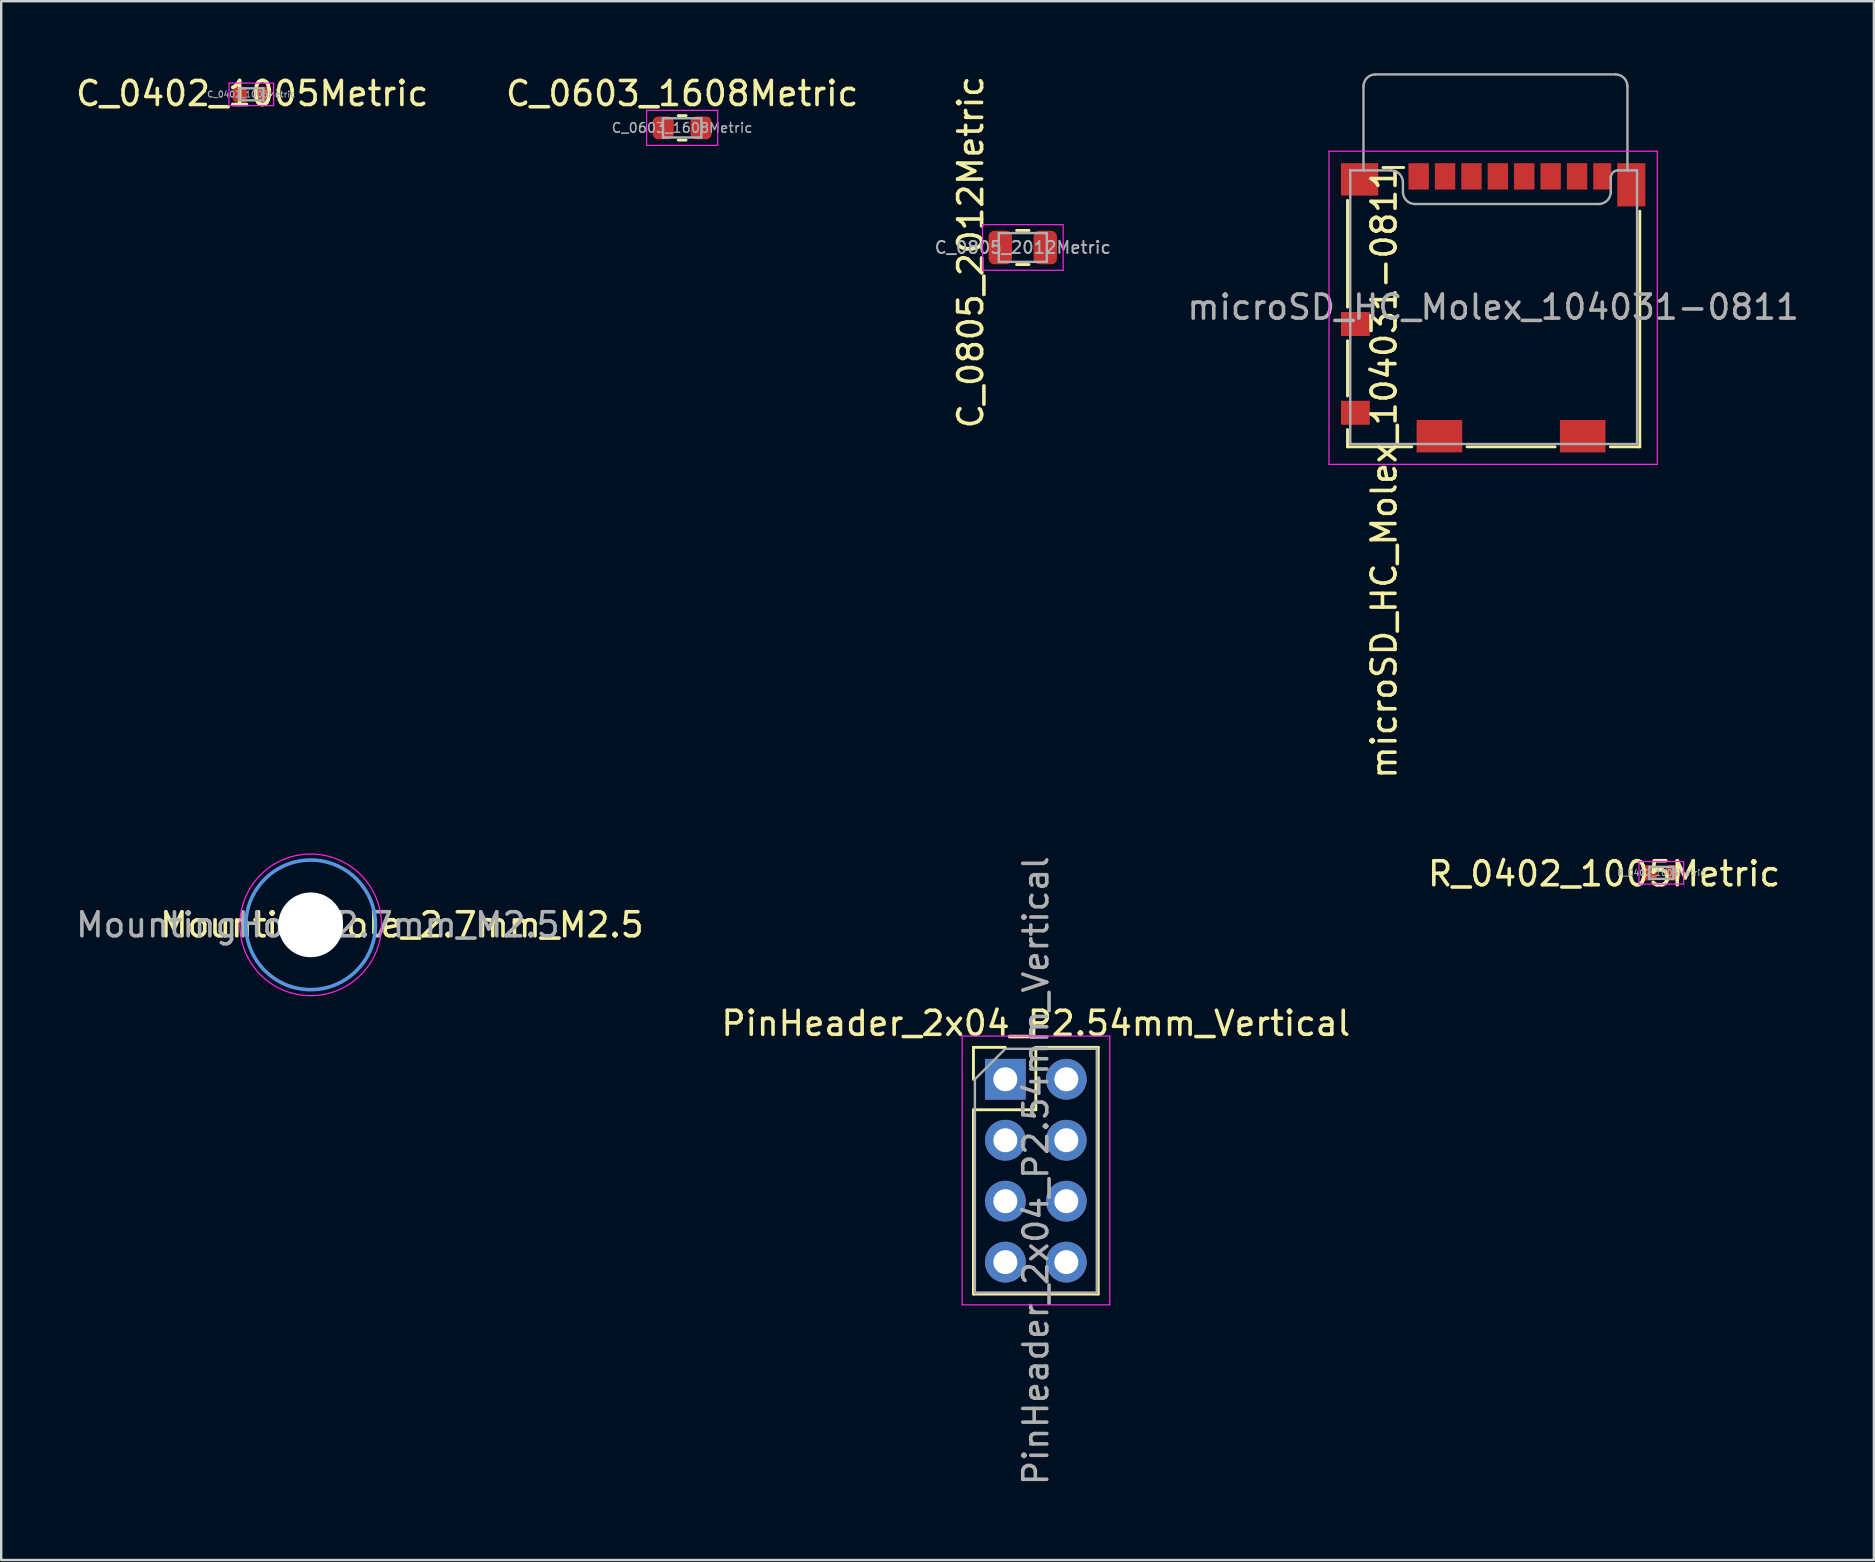
<source format=kicad_pcb>
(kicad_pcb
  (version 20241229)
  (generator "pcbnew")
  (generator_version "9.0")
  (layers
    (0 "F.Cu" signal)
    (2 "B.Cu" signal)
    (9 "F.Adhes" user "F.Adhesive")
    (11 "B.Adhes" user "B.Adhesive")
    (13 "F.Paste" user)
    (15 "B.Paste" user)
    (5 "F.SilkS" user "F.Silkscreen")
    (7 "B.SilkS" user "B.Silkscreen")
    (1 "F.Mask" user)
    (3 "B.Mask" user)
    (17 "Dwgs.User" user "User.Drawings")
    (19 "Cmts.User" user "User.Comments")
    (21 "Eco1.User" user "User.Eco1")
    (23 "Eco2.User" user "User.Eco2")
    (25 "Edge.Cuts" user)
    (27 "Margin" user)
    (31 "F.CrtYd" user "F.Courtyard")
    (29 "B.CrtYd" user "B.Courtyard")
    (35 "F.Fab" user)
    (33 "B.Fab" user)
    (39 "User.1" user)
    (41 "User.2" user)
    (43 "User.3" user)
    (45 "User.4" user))
  (footprint "MountingHole_2.7mm_M2.5"
    (layer "F.Cu")
    (at 9.896 35.488)
    (property "Reference" "MountingHole_2.7mm_M2.5" (at 3.8 0 0) (layer "F.SilkS") (effects (font (size 1 1) (thickness 0.15))))
    (attr exclude_from_pos_files exclude_from_bom)
    (fp_circle (center 0 0) (end 2.7 0) (stroke (width 0.15) (type solid)) (fill no) (layer "Cmts.User"))
    (fp_circle (center 0 0) (end 2.95 0) (stroke (width 0.05) (type solid)) (fill no) (layer "F.CrtYd"))
    (fp_text user "${REFERENCE}" (at 0.3 0 0) (layer "F.Fab") (effects (font (size 1 1) (thickness 0.15))))
    (pad "" np_thru_hole circle (at 0 0) (size 2.7 2.7) (drill 2.7) (layers "*.Cu" "*.Mask")))
  (footprint "C_0402_1005Metric"
    (layer "F.Cu")
    (at 7.423 0.881)
    (property "Reference" "C_0402_1005Metric" (at 0.035 -0.033 180) (layer "F.SilkS") (effects (font (size 1 1) (thickness 0.15))))
    (attr smd)
    (fp_line (start -0.93 -0.47) (end 0.93 -0.47) (stroke (width 0.05) (type solid)) (layer "F.CrtYd"))
    (fp_line (start -0.93 0.47) (end -0.93 -0.47) (stroke (width 0.05) (type solid)) (layer "F.CrtYd"))
    (fp_line (start 0.93 -0.47) (end 0.93 0.47) (stroke (width 0.05) (type solid)) (layer "F.CrtYd"))
    (fp_line (start 0.93 0.47) (end -0.93 0.47) (stroke (width 0.05) (type solid)) (layer "F.CrtYd"))
    (fp_line (start -0.5 -0.25) (end 0.5 -0.25) (stroke (width 0.1) (type solid)) (layer "F.Fab"))
    (fp_line (start -0.5 0.25) (end -0.5 -0.25) (stroke (width 0.1) (type solid)) (layer "F.Fab"))
    (fp_line (start 0.5 -0.25) (end 0.5 0.25) (stroke (width 0.1) (type solid)) (layer "F.Fab"))
    (fp_line (start 0.5 0.25) (end -0.5 0.25) (stroke (width 0.1) (type solid)) (layer "F.Fab"))
    (fp_text user "${REFERENCE}" (at 0 0 180) (layer "F.Fab") (effects (font (size 0.25 0.25) (thickness 0.04))))
    (pad "1" smd roundrect (at -0.485 0) (size 0.59 0.64) (layers "F.Cu" "F.Mask" "F.Paste") (roundrect_rratio 0.25))
    (pad "2" smd roundrect (at 0.485 0) (size 0.59 0.64) (layers "F.Cu" "F.Mask" "F.Paste") (roundrect_rratio 0.25)))
  (footprint "C_0603_1608Metric"
    (layer "F.Cu")
    (at 25.375 2.278)
    (property "Reference" "C_0603_1608Metric" (at 0 -1.43 0) (layer "F.SilkS") (effects (font (size 1 1) (thickness 0.15))))
    (attr smd)
    (fp_line (start -0.163 -0.51) (end 0.163 -0.51) (stroke (width 0.12) (type solid)) (layer "F.SilkS"))
    (fp_line (start -0.163 0.51) (end 0.163 0.51) (stroke (width 0.12) (type solid)) (layer "F.SilkS"))
    (fp_line (start -1.48 -0.73) (end 1.48 -0.73) (stroke (width 0.05) (type solid)) (layer "F.CrtYd"))
    (fp_line (start -1.48 0.73) (end -1.48 -0.73) (stroke (width 0.05) (type solid)) (layer "F.CrtYd"))
    (fp_line (start 1.48 -0.73) (end 1.48 0.73) (stroke (width 0.05) (type solid)) (layer "F.CrtYd"))
    (fp_line (start 1.48 0.73) (end -1.48 0.73) (stroke (width 0.05) (type solid)) (layer "F.CrtYd"))
    (fp_line (start -0.8 -0.4) (end 0.8 -0.4) (stroke (width 0.1) (type solid)) (layer "F.Fab"))
    (fp_line (start -0.8 0.4) (end -0.8 -0.4) (stroke (width 0.1) (type solid)) (layer "F.Fab"))
    (fp_line (start 0.8 -0.4) (end 0.8 0.4) (stroke (width 0.1) (type solid)) (layer "F.Fab"))
    (fp_line (start 0.8 0.4) (end -0.8 0.4) (stroke (width 0.1) (type solid)) (layer "F.Fab"))
    (fp_text user "${REFERENCE}" (at 0 0 0) (layer "F.Fab") (effects (font (size 0.4 0.4) (thickness 0.06))))
    (pad "1" smd roundrect (at -0.787 0) (size 0.875 0.95) (layers "F.Cu" "F.Mask" "F.Paste") (roundrect_rratio 0.25))
    (pad "2" smd roundrect (at 0.787 0) (size 0.875 0.95) (layers "F.Cu" "F.Mask" "F.Paste") (roundrect_rratio 0.25)))
  (footprint "PinHeader_2x04_P2.54mm_Vertical"
    (layer "F.Cu")
    (at 38.843 41.923)
    (property "Reference" "PinHeader_2x04_P2.54mm_Vertical" (at 1.27 -2.33 0) (layer "F.SilkS") (effects (font (size 1 1) (thickness 0.15))))
    (attr through_hole)
    (fp_line (start -1.33 -1.33) (end 0 -1.33) (stroke (width 0.12) (type solid)) (layer "F.SilkS"))
    (fp_line (start -1.33 0) (end -1.33 -1.33) (stroke (width 0.12) (type solid)) (layer "F.SilkS"))
    (fp_line (start -1.33 1.27) (end -1.33 8.95) (stroke (width 0.12) (type solid)) (layer "F.SilkS"))
    (fp_line (start -1.33 1.27) (end 1.27 1.27) (stroke (width 0.12) (type solid)) (layer "F.SilkS"))
    (fp_line (start -1.33 8.95) (end 3.87 8.95) (stroke (width 0.12) (type solid)) (layer "F.SilkS"))
    (fp_line (start 1.27 -1.33) (end 3.87 -1.33) (stroke (width 0.12) (type solid)) (layer "F.SilkS"))
    (fp_line (start 1.27 1.27) (end 1.27 -1.33) (stroke (width 0.12) (type solid)) (layer "F.SilkS"))
    (fp_line (start 3.87 -1.33) (end 3.87 8.95) (stroke (width 0.12) (type solid)) (layer "F.SilkS"))
    (fp_line (start -1.8 -1.8) (end -1.8 9.4) (stroke (width 0.05) (type solid)) (layer "F.CrtYd"))
    (fp_line (start -1.8 9.4) (end 4.35 9.4) (stroke (width 0.05) (type solid)) (layer "F.CrtYd"))
    (fp_line (start 4.35 -1.8) (end -1.8 -1.8) (stroke (width 0.05) (type solid)) (layer "F.CrtYd"))
    (fp_line (start 4.35 9.4) (end 4.35 -1.8) (stroke (width 0.05) (type solid)) (layer "F.CrtYd"))
    (fp_line (start -1.27 0) (end 0 -1.27) (stroke (width 0.1) (type solid)) (layer "F.Fab"))
    (fp_line (start -1.27 8.89) (end -1.27 0) (stroke (width 0.1) (type solid)) (layer "F.Fab"))
    (fp_line (start 0 -1.27) (end 3.81 -1.27) (stroke (width 0.1) (type solid)) (layer "F.Fab"))
    (fp_line (start 3.81 -1.27) (end 3.81 8.89) (stroke (width 0.1) (type solid)) (layer "F.Fab"))
    (fp_line (start 3.81 8.89) (end -1.27 8.89) (stroke (width 0.1) (type solid)) (layer "F.Fab"))
    (fp_text user "${REFERENCE}" (at 1.27 3.81 90) (layer "F.Fab") (effects (font (size 1 1) (thickness 0.15))))
    (pad "1" thru_hole rect (at 0 0) (size 1.7 1.7) (drill 1) (layers "*.Cu" "*.Mask"))
    (pad "2" thru_hole oval (at 2.54 0) (size 1.7 1.7) (drill 1) (layers "*.Cu" "*.Mask"))
    (pad "3" thru_hole oval (at 0 2.54) (size 1.7 1.7) (drill 1) (layers "*.Cu" "*.Mask"))
    (pad "4" thru_hole oval (at 2.54 2.54) (size 1.7 1.7) (drill 1) (layers "*.Cu" "*.Mask"))
    (pad "5" thru_hole oval (at 0 5.08) (size 1.7 1.7) (drill 1) (layers "*.Cu" "*.Mask"))
    (pad "6" thru_hole oval (at 2.54 5.08) (size 1.7 1.7) (drill 1) (layers "*.Cu" "*.Mask"))
    (pad "7" thru_hole oval (at 0 7.62) (size 1.7 1.7) (drill 1) (layers "*.Cu" "*.Mask"))
    (pad "8" thru_hole oval (at 2.54 7.62) (size 1.7 1.7) (drill 1) (layers "*.Cu" "*.Mask")))
  (footprint "C_0805_2012Metric"
    (layer "F.Cu")
    (at 39.57 7.263)
    (property "Reference" "C_0805_2012Metric" (at -2.172 0.195 270) (layer "F.SilkS") (effects (font (size 1 1) (thickness 0.15))))
    (attr smd)
    (fp_line (start -0.259 -0.71) (end 0.259 -0.71) (stroke (width 0.12) (type solid)) (layer "F.SilkS"))
    (fp_line (start -0.259 0.71) (end 0.259 0.71) (stroke (width 0.12) (type solid)) (layer "F.SilkS"))
    (fp_line (start -1.68 -0.95) (end 1.68 -0.95) (stroke (width 0.05) (type solid)) (layer "F.CrtYd"))
    (fp_line (start -1.68 0.95) (end -1.68 -0.95) (stroke (width 0.05) (type solid)) (layer "F.CrtYd"))
    (fp_line (start 1.68 -0.95) (end 1.68 0.95) (stroke (width 0.05) (type solid)) (layer "F.CrtYd"))
    (fp_line (start 1.68 0.95) (end -1.68 0.95) (stroke (width 0.05) (type solid)) (layer "F.CrtYd"))
    (fp_line (start -1 -0.6) (end 1 -0.6) (stroke (width 0.1) (type solid)) (layer "F.Fab"))
    (fp_line (start -1 0.6) (end -1 -0.6) (stroke (width 0.1) (type solid)) (layer "F.Fab"))
    (fp_line (start 1 -0.6) (end 1 0.6) (stroke (width 0.1) (type solid)) (layer "F.Fab"))
    (fp_line (start 1 0.6) (end -1 0.6) (stroke (width 0.1) (type solid)) (layer "F.Fab"))
    (fp_text user "${REFERENCE}" (at 0 0 180) (layer "F.Fab") (effects (font (size 0.5 0.5) (thickness 0.08))))
    (pad "1" smd roundrect (at -0.938 0) (size 0.975 1.4) (layers "F.Cu" "F.Mask" "F.Paste") (roundrect_rratio 0.25))
    (pad "2" smd roundrect (at 0.938 0) (size 0.975 1.4) (layers "F.Cu" "F.Mask" "F.Paste") (roundrect_rratio 0.25)))
  (footprint "R_0402_1005Metric"
    (layer "F.Cu")
    (at 66.177 33.321)
    (property "Reference" "R_0402_1005Metric" (at -2.385 0.04 0) (layer "F.SilkS") (effects (font (size 1 1) (thickness 0.15))))
    (attr smd)
    (fp_line (start -0.93 -0.47) (end 0.93 -0.47) (stroke (width 0.05) (type solid)) (layer "F.CrtYd"))
    (fp_line (start -0.93 0.47) (end -0.93 -0.47) (stroke (width 0.05) (type solid)) (layer "F.CrtYd"))
    (fp_line (start 0.93 -0.47) (end 0.93 0.47) (stroke (width 0.05) (type solid)) (layer "F.CrtYd"))
    (fp_line (start 0.93 0.47) (end -0.93 0.47) (stroke (width 0.05) (type solid)) (layer "F.CrtYd"))
    (fp_line (start -0.5 -0.25) (end 0.5 -0.25) (stroke (width 0.1) (type solid)) (layer "F.Fab"))
    (fp_line (start -0.5 0.25) (end -0.5 -0.25) (stroke (width 0.1) (type solid)) (layer "F.Fab"))
    (fp_line (start 0.5 -0.25) (end 0.5 0.25) (stroke (width 0.1) (type solid)) (layer "F.Fab"))
    (fp_line (start 0.5 0.25) (end -0.5 0.25) (stroke (width 0.1) (type solid)) (layer "F.Fab"))
    (fp_text user "${REFERENCE}" (at 0 0 0) (layer "F.Fab") (effects (font (size 0.25 0.25) (thickness 0.04))))
    (pad "1" smd roundrect (at -0.485 0) (size 0.59 0.64) (layers "F.Cu" "F.Mask" "F.Paste") (roundrect_rratio 0.25))
    (pad "2" smd roundrect (at 0.485 0) (size 0.59 0.64) (layers "F.Cu" "F.Mask" "F.Paste") (roundrect_rratio 0.25)))
  (footprint "microSD_HC_Molex_104031-0811"
    (layer "F.Cu")
    (at 59.17 9.75)
    (property "Reference" "microSD_HC_Molex_104031-0811" (at -4.545 6.9 270) (layer "F.SilkS") (effects (font (size 1 1) (thickness 0.15))))
    (attr smd)
    (fp_line (start -6.07 -4.45) (end -6.07 0) (stroke (width 0.12) (type solid)) (layer "F.SilkS"))
    (fp_line (start -6.07 1.4) (end -6.07 3.7) (stroke (width 0.12) (type solid)) (layer "F.SilkS"))
    (fp_line (start -6.07 5.1) (end -6.07 5.82) (stroke (width 0.12) (type solid)) (layer "F.SilkS"))
    (fp_line (start -6.07 5.82) (end -3.39 5.82) (stroke (width 0.12) (type solid)) (layer "F.SilkS"))
    (fp_line (start -4.59 -5.82) (end -3.73 -5.82) (stroke (width 0.12) (type solid)) (layer "F.SilkS"))
    (fp_line (start -1.09 5.82) (end 2.58 5.82) (stroke (width 0.12) (type solid)) (layer "F.SilkS"))
    (fp_line (start 4.88 5.82) (end 6.11 5.82) (stroke (width 0.12) (type solid)) (layer "F.SilkS"))
    (fp_line (start 6.11 5.82) (end 6.11 -4) (stroke (width 0.12) (type solid)) (layer "F.SilkS"))
    (fp_line (start -6.84 -6.5) (end 6.84 -6.5) (stroke (width 0.05) (type solid)) (layer "F.CrtYd"))
    (fp_line (start -6.84 6.55) (end -6.84 -6.5) (stroke (width 0.05) (type solid)) (layer "F.CrtYd"))
    (fp_line (start 6.84 -6.5) (end 6.84 6.55) (stroke (width 0.05) (type solid)) (layer "F.CrtYd"))
    (fp_line (start 6.84 6.55) (end -6.84 6.55) (stroke (width 0.05) (type solid)) (layer "F.CrtYd"))
    (fp_line (start -5.955 -5.7) (end -5.955 5.7) (stroke (width 0.1) (type solid)) (layer "F.Fab"))
    (fp_line (start -5.955 -5.7) (end -4.26 -5.7) (stroke (width 0.1) (type solid)) (layer "F.Fab"))
    (fp_line (start -5.405 -9.2) (end -5.405 -5.7) (stroke (width 0.1) (type solid)) (layer "F.Fab"))
    (fp_line (start -4.905 -9.7) (end 5.095 -9.7) (stroke (width 0.1) (type solid)) (layer "F.Fab"))
    (fp_line (start -3.76 -4.8) (end -3.76 -5.2) (stroke (width 0.1) (type solid)) (layer "F.Fab"))
    (fp_line (start 4.4 -4.3) (end -3.26 -4.3) (stroke (width 0.1) (type solid)) (layer "F.Fab"))
    (fp_line (start 4.9 -5.4) (end 4.9 -4.8) (stroke (width 0.1) (type solid)) (layer "F.Fab"))
    (fp_line (start 5.595 -5.7) (end 5.595 -9.2) (stroke (width 0.1) (type solid)) (layer "F.Fab"))
    (fp_line (start 5.995 -5.7) (end 5.21 -5.7) (stroke (width 0.1) (type solid)) (layer "F.Fab"))
    (fp_line (start 5.995 5.7) (end -5.955 5.7) (stroke (width 0.1) (type solid)) (layer "F.Fab"))
    (fp_line (start 5.995 5.7) (end 5.995 -5.7) (stroke (width 0.1) (type solid)) (layer "F.Fab"))
    (fp_arc (start -5.405 -9.2) (mid -5.258553 -9.553553) (end -4.905 -9.7) (stroke (width 0.1) (type solid)) (layer "F.Fab"))
    (fp_arc (start -4.26 -5.7) (mid -3.906447 -5.553553) (end -3.76 -5.2) (stroke (width 0.1) (type solid)) (layer "F.Fab"))
    (fp_arc (start -3.26 -4.3) (mid -3.613553 -4.446447) (end -3.76 -4.8) (stroke (width 0.1) (type solid)) (layer "F.Fab"))
    (fp_arc (start 4.9 -5.4) (mid 4.987868 -5.612132) (end 5.2 -5.7) (stroke (width 0.1) (type solid)) (layer "F.Fab"))
    (fp_arc (start 4.9 -4.8) (mid 4.753553 -4.446447) (end 4.4 -4.3) (stroke (width 0.1) (type solid)) (layer "F.Fab"))
    (fp_arc (start 5.095 -9.7) (mid 5.448553 -9.553553) (end 5.595 -9.2) (stroke (width 0.1) (type solid)) (layer "F.Fab"))
    (fp_text user "${REFERENCE}" (at 0 0 180) (layer "F.Fab") (effects (font (size 1 1) (thickness 0.15))))
    (pad "1" smd rect (at -3.105 -5.45) (size 0.85 1.1) (layers "F.Cu" "F.Mask" "F.Paste"))
    (pad "2" smd rect (at -2.005 -5.45) (size 0.85 1.1) (layers "F.Cu" "F.Mask" "F.Paste"))
    (pad "3" smd rect (at -0.905 -5.45) (size 0.85 1.1) (layers "F.Cu" "F.Mask" "F.Paste"))
    (pad "4" smd rect (at 0.195 -5.45) (size 0.85 1.1) (layers "F.Cu" "F.Mask" "F.Paste"))
    (pad "5" smd rect (at 1.295 -5.45) (size 0.85 1.1) (layers "F.Cu" "F.Mask" "F.Paste"))
    (pad "6" smd rect (at 2.395 -5.45) (size 0.85 1.1) (layers "F.Cu" "F.Mask" "F.Paste"))
    (pad "7" smd rect (at 3.495 -5.45) (size 0.85 1.1) (layers "F.Cu" "F.Mask" "F.Paste"))
    (pad "8" smd rect (at 4.545 -5.45) (size 0.75 1.1) (layers "F.Cu" "F.Mask" "F.Paste"))
    (pad "9" smd rect (at -5.74 0.7) (size 1.2 1) (layers "F.Cu" "F.Mask" "F.Paste"))
    (pad "10" smd rect (at -5.74 4.4) (size 1.2 1) (layers "F.Cu" "F.Mask" "F.Paste"))
    (pad "11" smd rect (at -5.565 -5.325) (size 1.55 1.35) (layers "F.Cu" "F.Mask" "F.Paste"))
    (pad "11" smd rect (at -2.24 5.375) (size 1.9 1.35) (layers "F.Cu" "F.Mask" "F.Paste"))
    (pad "11" smd rect (at 3.73 5.375) (size 1.9 1.35) (layers "F.Cu" "F.Mask" "F.Paste"))
    (pad "11" smd rect (at 5.755 -5.1) (size 1.17 1.8) (layers "F.Cu" "F.Mask" "F.Paste")))
  (gr_rect
    (start -3 -3)
    (end 75.033 61.954)
    (stroke (width 0.1) (type default))
    (fill no)
    (layer "Edge.Cuts")))
</source>
